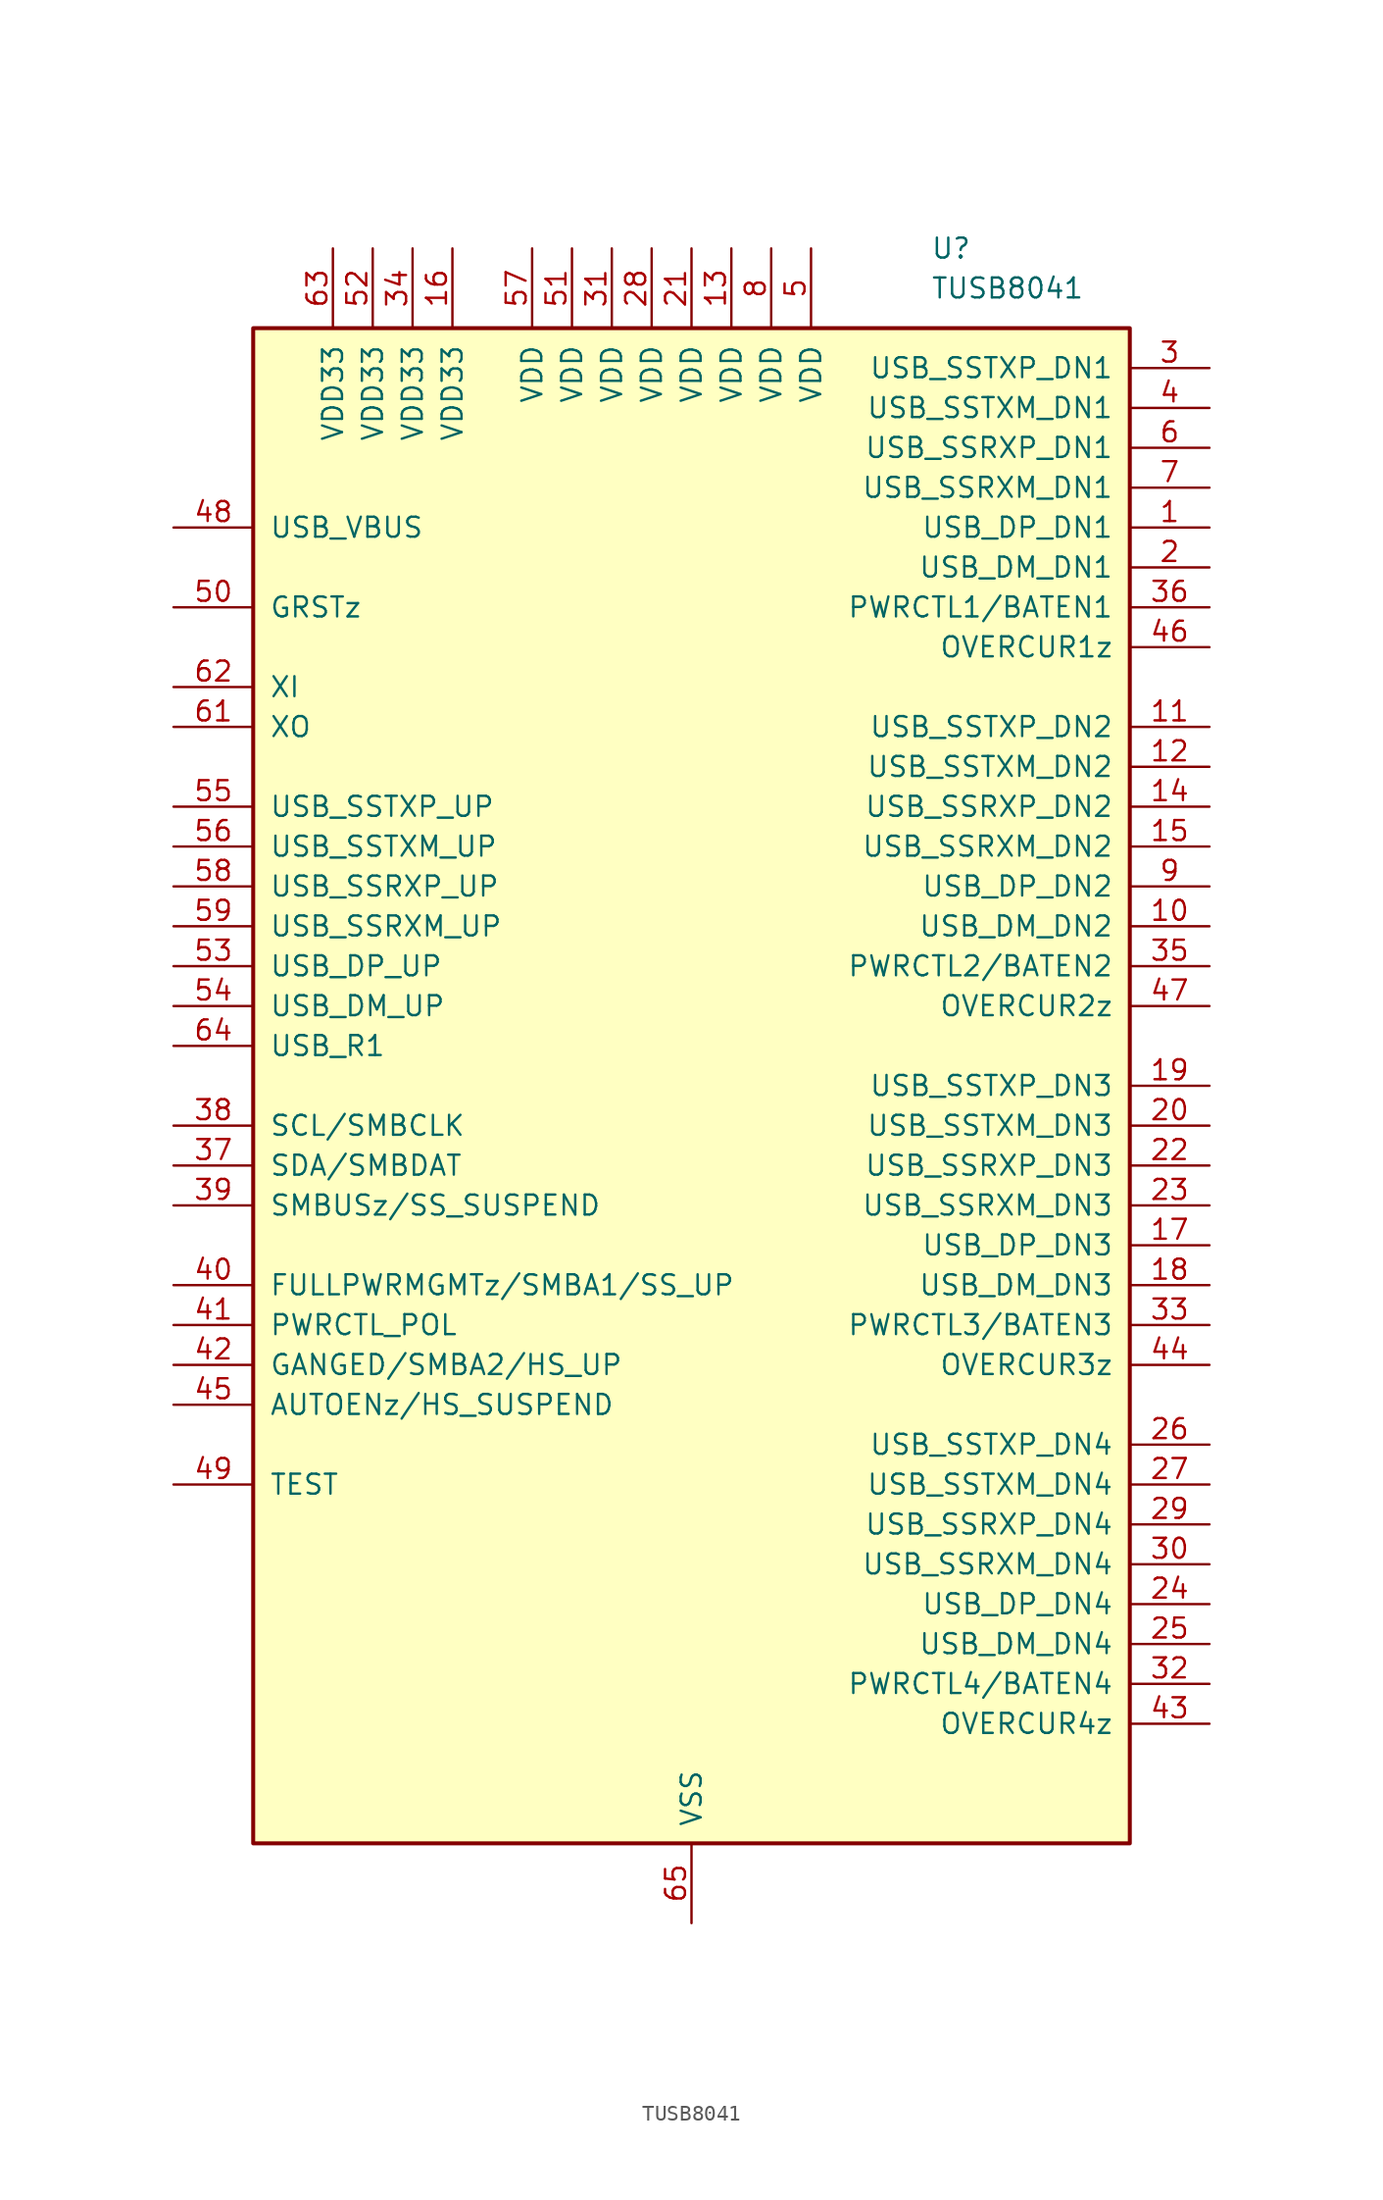
<source format=kicad_sym>
(kicad_symbol_lib
  (version 20220914)
  (generator kicad_symbol_editor)
  (symbol "TUSB8041"
    (pin_names
      (offset 1.016))
    (property "Reference" "U"
      (at 15.24 53.34 0)
      (effects (font (size 1.27 1.27)) (justify left)))
    (property "Value" "TUSB8041"
      (at 15.24 50.8 0)
      (effects (font (size 1.27 1.27)) (justify left)))
    (symbol "TUSB8041_0_1"
      (rectangle (start -27.94 48.26) (end 27.94 -48.26) (stroke (width 0.254) (type default)) (fill (type background))))
    (symbol "TUSB8041_1_1"
      (pin bidirectional line (at 33.02 35.56 180) (length 5.08) (name "USB_DP_DN1" (effects (font (size 1.27 1.27)))) (number "1" (effects (font (size 1.27 1.27)))))
      (pin bidirectional line (at 33.02 10.16 180) (length 5.08) (name "USB_DM_DN2" (effects (font (size 1.27 1.27)))) (number "10" (effects (font (size 1.27 1.27)))))
      (pin output line (at 33.02 22.86 180) (length 5.08) (name "USB_SSTXP_DN2" (effects (font (size 1.27 1.27)))) (number "11" (effects (font (size 1.27 1.27)))))
      (pin output line (at 33.02 20.32 180) (length 5.08) (name "USB_SSTXM_DN2" (effects (font (size 1.27 1.27)))) (number "12" (effects (font (size 1.27 1.27)))))
      (pin power_in line (at 2.54 53.34 270) (length 5.08) (name "VDD" (effects (font (size 1.27 1.27)))) (number "13" (effects (font (size 1.27 1.27)))))
      (pin input line (at 33.02 17.78 180) (length 5.08) (name "USB_SSRXP_DN2" (effects (font (size 1.27 1.27)))) (number "14" (effects (font (size 1.27 1.27)))))
      (pin input line (at 33.02 15.24 180) (length 5.08) (name "USB_SSRXM_DN2" (effects (font (size 1.27 1.27)))) (number "15" (effects (font (size 1.27 1.27)))))
      (pin power_in line (at -15.24 53.34 270) (length 5.08) (name "VDD33" (effects (font (size 1.27 1.27)))) (number "16" (effects (font (size 1.27 1.27)))))
      (pin bidirectional line (at 33.02 -10.16 180) (length 5.08) (name "USB_DP_DN3" (effects (font (size 1.27 1.27)))) (number "17" (effects (font (size 1.27 1.27)))))
      (pin bidirectional line (at 33.02 -12.7 180) (length 5.08) (name "USB_DM_DN3" (effects (font (size 1.27 1.27)))) (number "18" (effects (font (size 1.27 1.27)))))
      (pin output line (at 33.02 0 180) (length 5.08) (name "USB_SSTXP_DN3" (effects (font (size 1.27 1.27)))) (number "19" (effects (font (size 1.27 1.27)))))
      (pin bidirectional line (at 33.02 33.02 180) (length 5.08) (name "USB_DM_DN1" (effects (font (size 1.27 1.27)))) (number "2" (effects (font (size 1.27 1.27)))))
      (pin output line (at 33.02 -2.54 180) (length 5.08) (name "USB_SSTXM_DN3" (effects (font (size 1.27 1.27)))) (number "20" (effects (font (size 1.27 1.27)))))
      (pin power_in line (at 0 53.34 270) (length 5.08) (name "VDD" (effects (font (size 1.27 1.27)))) (number "21" (effects (font (size 1.27 1.27)))))
      (pin input line (at 33.02 -5.08 180) (length 5.08) (name "USB_SSRXP_DN3" (effects (font (size 1.27 1.27)))) (number "22" (effects (font (size 1.27 1.27)))))
      (pin input line (at 33.02 -7.62 180) (length 5.08) (name "USB_SSRXM_DN3" (effects (font (size 1.27 1.27)))) (number "23" (effects (font (size 1.27 1.27)))))
      (pin bidirectional line (at 33.02 -33.02 180) (length 5.08) (name "USB_DP_DN4" (effects (font (size 1.27 1.27)))) (number "24" (effects (font (size 1.27 1.27)))))
      (pin bidirectional line (at 33.02 -35.56 180) (length 5.08) (name "USB_DM_DN4" (effects (font (size 1.27 1.27)))) (number "25" (effects (font (size 1.27 1.27)))))
      (pin output line (at 33.02 -22.86 180) (length 5.08) (name "USB_SSTXP_DN4" (effects (font (size 1.27 1.27)))) (number "26" (effects (font (size 1.27 1.27)))))
      (pin output line (at 33.02 -25.4 180) (length 5.08) (name "USB_SSTXM_DN4" (effects (font (size 1.27 1.27)))) (number "27" (effects (font (size 1.27 1.27)))))
      (pin power_in line (at -2.54 53.34 270) (length 5.08) (name "VDD" (effects (font (size 1.27 1.27)))) (number "28" (effects (font (size 1.27 1.27)))))
      (pin input line (at 33.02 -27.94 180) (length 5.08) (name "USB_SSRXP_DN4" (effects (font (size 1.27 1.27)))) (number "29" (effects (font (size 1.27 1.27)))))
      (pin output line (at 33.02 45.72 180) (length 5.08) (name "USB_SSTXP_DN1" (effects (font (size 1.27 1.27)))) (number "3" (effects (font (size 1.27 1.27)))))
      (pin input line (at 33.02 -30.48 180) (length 5.08) (name "USB_SSRXM_DN4" (effects (font (size 1.27 1.27)))) (number "30" (effects (font (size 1.27 1.27)))))
      (pin power_in line (at -5.08 53.34 270) (length 5.08) (name "VDD" (effects (font (size 1.27 1.27)))) (number "31" (effects (font (size 1.27 1.27)))))
      (pin bidirectional line (at 33.02 -38.1 180) (length 5.08) (name "PWRCTL4/BATEN4" (effects (font (size 1.27 1.27)))) (number "32" (effects (font (size 1.27 1.27)))))
      (pin bidirectional line (at 33.02 -15.24 180) (length 5.08) (name "PWRCTL3/BATEN3" (effects (font (size 1.27 1.27)))) (number "33" (effects (font (size 1.27 1.27)))))
      (pin power_in line (at -17.78 53.34 270) (length 5.08) (name "VDD33" (effects (font (size 1.27 1.27)))) (number "34" (effects (font (size 1.27 1.27)))))
      (pin bidirectional line (at 33.02 7.62 180) (length 5.08) (name "PWRCTL2/BATEN2" (effects (font (size 1.27 1.27)))) (number "35" (effects (font (size 1.27 1.27)))))
      (pin bidirectional line (at 33.02 30.48 180) (length 5.08) (name "PWRCTL1/BATEN1" (effects (font (size 1.27 1.27)))) (number "36" (effects (font (size 1.27 1.27)))))
      (pin bidirectional line (at -33.02 -5.08 0) (length 5.08) (name "SDA/SMBDAT" (effects (font (size 1.27 1.27)))) (number "37" (effects (font (size 1.27 1.27)))))
      (pin bidirectional line (at -33.02 -2.54 0) (length 5.08) (name "SCL/SMBCLK" (effects (font (size 1.27 1.27)))) (number "38" (effects (font (size 1.27 1.27)))))
      (pin bidirectional line (at -33.02 -7.62 0) (length 5.08) (name "SMBUSz/SS_SUSPEND" (effects (font (size 1.27 1.27)))) (number "39" (effects (font (size 1.27 1.27)))))
      (pin output line (at 33.02 43.18 180) (length 5.08) (name "USB_SSTXM_DN1" (effects (font (size 1.27 1.27)))) (number "4" (effects (font (size 1.27 1.27)))))
      (pin bidirectional line (at -33.02 -12.7 0) (length 5.08) (name "FULLPWRMGMTz/SMBA1/SS_UP" (effects (font (size 1.27 1.27)))) (number "40" (effects (font (size 1.27 1.27)))))
      (pin bidirectional line (at -33.02 -15.24 0) (length 5.08) (name "PWRCTL_POL" (effects (font (size 1.27 1.27)))) (number "41" (effects (font (size 1.27 1.27)))))
      (pin bidirectional line (at -33.02 -17.78 0) (length 5.08) (name "GANGED/SMBA2/HS_UP" (effects (font (size 1.27 1.27)))) (number "42" (effects (font (size 1.27 1.27)))))
      (pin input line (at 33.02 -40.64 180) (length 5.08) (name "OVERCUR4z" (effects (font (size 1.27 1.27)))) (number "43" (effects (font (size 1.27 1.27)))))
      (pin input line (at 33.02 -17.78 180) (length 5.08) (name "OVERCUR3z" (effects (font (size 1.27 1.27)))) (number "44" (effects (font (size 1.27 1.27)))))
      (pin bidirectional line (at -33.02 -20.32 0) (length 5.08) (name "AUTOENz/HS_SUSPEND" (effects (font (size 1.27 1.27)))) (number "45" (effects (font (size 1.27 1.27)))))
      (pin input line (at 33.02 27.94 180) (length 5.08) (name "OVERCUR1z" (effects (font (size 1.27 1.27)))) (number "46" (effects (font (size 1.27 1.27)))))
      (pin input line (at 33.02 5.08 180) (length 5.08) (name "OVERCUR2z" (effects (font (size 1.27 1.27)))) (number "47" (effects (font (size 1.27 1.27)))))
      (pin input line (at -33.02 35.56 0) (length 5.08) (name "USB_VBUS" (effects (font (size 1.27 1.27)))) (number "48" (effects (font (size 1.27 1.27)))))
      (pin input line (at -33.02 -25.4 0) (length 5.08) (name "TEST" (effects (font (size 1.27 1.27)))) (number "49" (effects (font (size 1.27 1.27)))))
      (pin power_in line (at 7.62 53.34 270) (length 5.08) (name "VDD" (effects (font (size 1.27 1.27)))) (number "5" (effects (font (size 1.27 1.27)))))
      (pin input line (at -33.02 30.48 0) (length 5.08) (name "GRSTz" (effects (font (size 1.27 1.27)))) (number "50" (effects (font (size 1.27 1.27)))))
      (pin power_in line (at -7.62 53.34 270) (length 5.08) (name "VDD" (effects (font (size 1.27 1.27)))) (number "51" (effects (font (size 1.27 1.27)))))
      (pin power_in line (at -20.32 53.34 270) (length 5.08) (name "VDD33" (effects (font (size 1.27 1.27)))) (number "52" (effects (font (size 1.27 1.27)))))
      (pin bidirectional line (at -33.02 7.62 0) (length 5.08) (name "USB_DP_UP" (effects (font (size 1.27 1.27)))) (number "53" (effects (font (size 1.27 1.27)))))
      (pin bidirectional line (at -33.02 5.08 0) (length 5.08) (name "USB_DM_UP" (effects (font (size 1.27 1.27)))) (number "54" (effects (font (size 1.27 1.27)))))
      (pin output line (at -33.02 17.78 0) (length 5.08) (name "USB_SSTXP_UP" (effects (font (size 1.27 1.27)))) (number "55" (effects (font (size 1.27 1.27)))))
      (pin output line (at -33.02 15.24 0) (length 5.08) (name "USB_SSTXM_UP" (effects (font (size 1.27 1.27)))) (number "56" (effects (font (size 1.27 1.27)))))
      (pin power_in line (at -10.16 53.34 270) (length 5.08) (name "VDD" (effects (font (size 1.27 1.27)))) (number "57" (effects (font (size 1.27 1.27)))))
      (pin input line (at -33.02 12.7 0) (length 5.08) (name "USB_SSRXP_UP" (effects (font (size 1.27 1.27)))) (number "58" (effects (font (size 1.27 1.27)))))
      (pin input line (at -33.02 10.16 0) (length 5.08) (name "USB_SSRXM_UP" (effects (font (size 1.27 1.27)))) (number "59" (effects (font (size 1.27 1.27)))))
      (pin input line (at 33.02 40.64 180) (length 5.08) (name "USB_SSRXP_DN1" (effects (font (size 1.27 1.27)))) (number "6" (effects (font (size 1.27 1.27)))))
      (pin no_connect line (at 33.02 -45.72 180) (length 5.08) hide (name "NC" (effects (font (size 1.27 1.27)))) (number "60" (effects (font (size 1.27 1.27)))))
      (pin output line (at -33.02 22.86 0) (length 5.08) (name "XO" (effects (font (size 1.27 1.27)))) (number "61" (effects (font (size 1.27 1.27)))))
      (pin input line (at -33.02 25.4 0) (length 5.08) (name "XI" (effects (font (size 1.27 1.27)))) (number "62" (effects (font (size 1.27 1.27)))))
      (pin power_in line (at -22.86 53.34 270) (length 5.08) (name "VDD33" (effects (font (size 1.27 1.27)))) (number "63" (effects (font (size 1.27 1.27)))))
      (pin input line (at -33.02 2.54 0) (length 5.08) (name "USB_R1" (effects (font (size 1.27 1.27)))) (number "64" (effects (font (size 1.27 1.27)))))
      (pin power_in line (at 0 -53.34 90) (length 5.08) (name "VSS" (effects (font (size 1.27 1.27)))) (number "65" (effects (font (size 1.27 1.27)))))
      (pin input line (at 33.02 38.1 180) (length 5.08) (name "USB_SSRXM_DN1" (effects (font (size 1.27 1.27)))) (number "7" (effects (font (size 1.27 1.27)))))
      (pin power_in line (at 5.08 53.34 270) (length 5.08) (name "VDD" (effects (font (size 1.27 1.27)))) (number "8" (effects (font (size 1.27 1.27)))))
      (pin bidirectional line (at 33.02 12.7 180) (length 5.08) (name "USB_DP_DN2" (effects (font (size 1.27 1.27)))) (number "9" (effects (font (size 1.27 1.27))))))))
</source>
